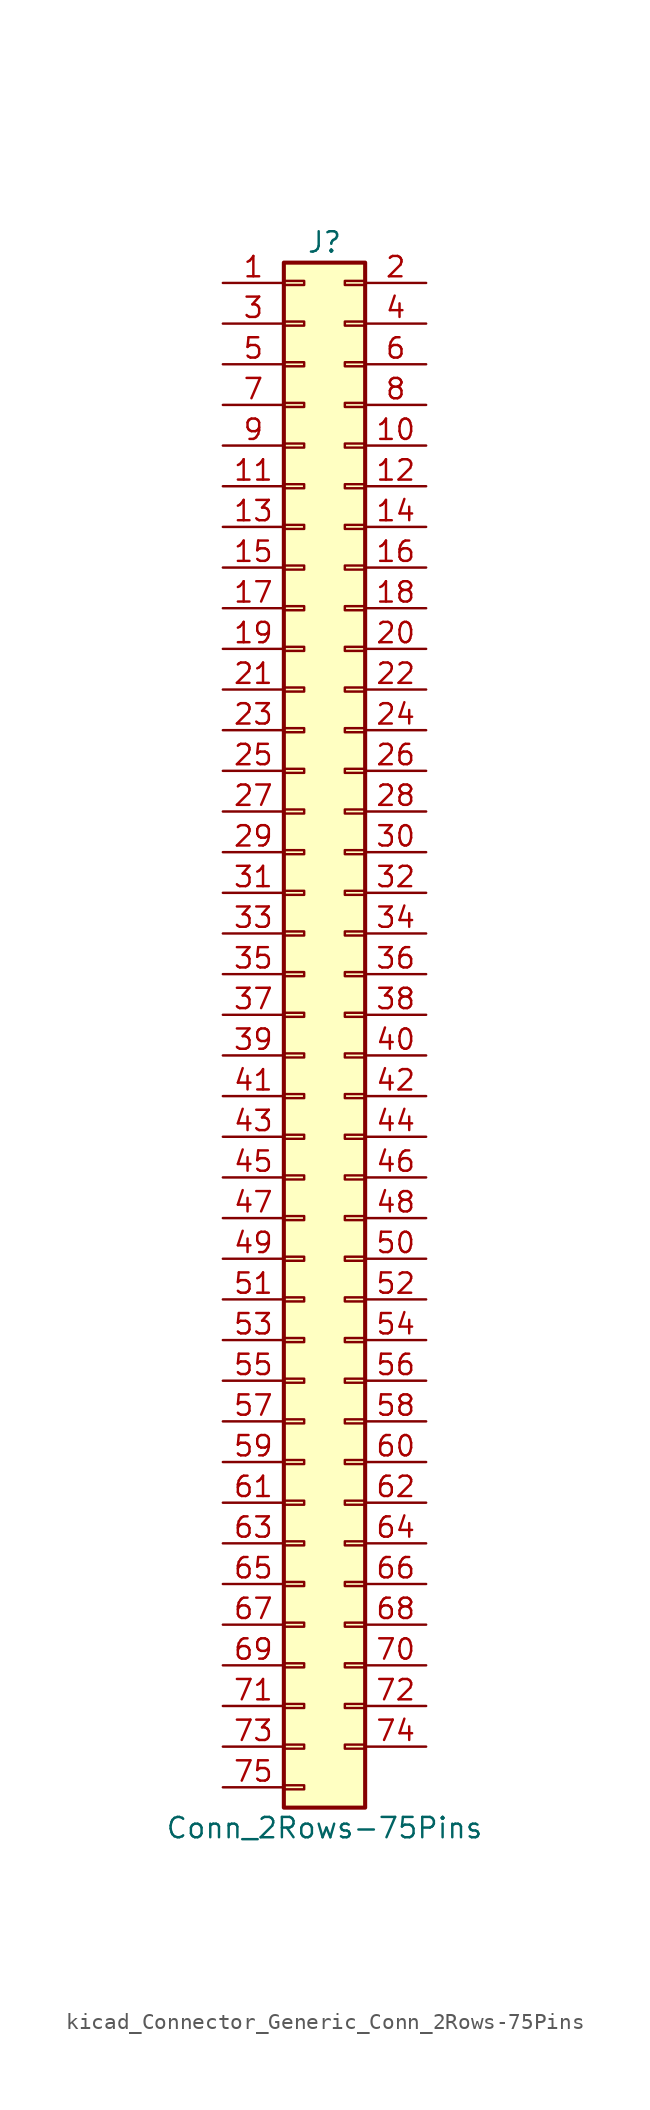
<source format=kicad_sym>
(kicad_symbol_lib
  (version 20220914)
  (generator kicad_symbol_editor)
  (symbol "kicad_Connector_Generic_Conn_2Rows-75Pins"
    (pin_names
      (offset 1.016) hide)
    (property "Reference" "J"
      (at 1.27 48.26 0)
      (effects (font (size 1.27 1.27))))
    (property "Value" "Conn_2Rows-75Pins"
      (at 1.27 -50.8 0)
      (effects (font (size 1.27 1.27))))
    (symbol "kicad_Connector_Generic_Conn_2Rows-75Pins_1_1"
      (rectangle (start -1.27 -48.133) (end 0 -48.387) (stroke (width 0.152) (type default)) (fill (type none)))
      (rectangle (start -1.27 -45.593) (end 0 -45.847) (stroke (width 0.152) (type default)) (fill (type none)))
      (rectangle (start -1.27 -43.053) (end 0 -43.307) (stroke (width 0.152) (type default)) (fill (type none)))
      (rectangle (start -1.27 -40.513) (end 0 -40.767) (stroke (width 0.152) (type default)) (fill (type none)))
      (rectangle (start -1.27 -37.973) (end 0 -38.227) (stroke (width 0.152) (type default)) (fill (type none)))
      (rectangle (start -1.27 -35.433) (end 0 -35.687) (stroke (width 0.152) (type default)) (fill (type none)))
      (rectangle (start -1.27 -32.893) (end 0 -33.147) (stroke (width 0.152) (type default)) (fill (type none)))
      (rectangle (start -1.27 -30.353) (end 0 -30.607) (stroke (width 0.152) (type default)) (fill (type none)))
      (rectangle (start -1.27 -27.813) (end 0 -28.067) (stroke (width 0.152) (type default)) (fill (type none)))
      (rectangle (start -1.27 -25.273) (end 0 -25.527) (stroke (width 0.152) (type default)) (fill (type none)))
      (rectangle (start -1.27 -22.733) (end 0 -22.987) (stroke (width 0.152) (type default)) (fill (type none)))
      (rectangle (start -1.27 -20.193) (end 0 -20.447) (stroke (width 0.152) (type default)) (fill (type none)))
      (rectangle (start -1.27 -17.653) (end 0 -17.907) (stroke (width 0.152) (type default)) (fill (type none)))
      (rectangle (start -1.27 -15.113) (end 0 -15.367) (stroke (width 0.152) (type default)) (fill (type none)))
      (rectangle (start -1.27 -12.573) (end 0 -12.827) (stroke (width 0.152) (type default)) (fill (type none)))
      (rectangle (start -1.27 -10.033) (end 0 -10.287) (stroke (width 0.152) (type default)) (fill (type none)))
      (rectangle (start -1.27 -7.493) (end 0 -7.747) (stroke (width 0.152) (type default)) (fill (type none)))
      (rectangle (start -1.27 -4.953) (end 0 -5.207) (stroke (width 0.152) (type default)) (fill (type none)))
      (rectangle (start -1.27 -2.413) (end 0 -2.667) (stroke (width 0.152) (type default)) (fill (type none)))
      (rectangle (start -1.27 0.127) (end 0 -0.127) (stroke (width 0.152) (type default)) (fill (type none)))
      (rectangle (start -1.27 2.667) (end 0 2.413) (stroke (width 0.152) (type default)) (fill (type none)))
      (rectangle (start -1.27 5.207) (end 0 4.953) (stroke (width 0.152) (type default)) (fill (type none)))
      (rectangle (start -1.27 7.747) (end 0 7.493) (stroke (width 0.152) (type default)) (fill (type none)))
      (rectangle (start -1.27 10.287) (end 0 10.033) (stroke (width 0.152) (type default)) (fill (type none)))
      (rectangle (start -1.27 12.827) (end 0 12.573) (stroke (width 0.152) (type default)) (fill (type none)))
      (rectangle (start -1.27 15.367) (end 0 15.113) (stroke (width 0.152) (type default)) (fill (type none)))
      (rectangle (start -1.27 17.907) (end 0 17.653) (stroke (width 0.152) (type default)) (fill (type none)))
      (rectangle (start -1.27 20.447) (end 0 20.193) (stroke (width 0.152) (type default)) (fill (type none)))
      (rectangle (start -1.27 22.987) (end 0 22.733) (stroke (width 0.152) (type default)) (fill (type none)))
      (rectangle (start -1.27 25.527) (end 0 25.273) (stroke (width 0.152) (type default)) (fill (type none)))
      (rectangle (start -1.27 28.067) (end 0 27.813) (stroke (width 0.152) (type default)) (fill (type none)))
      (rectangle (start -1.27 30.607) (end 0 30.353) (stroke (width 0.152) (type default)) (fill (type none)))
      (rectangle (start -1.27 33.147) (end 0 32.893) (stroke (width 0.152) (type default)) (fill (type none)))
      (rectangle (start -1.27 35.687) (end 0 35.433) (stroke (width 0.152) (type default)) (fill (type none)))
      (rectangle (start -1.27 38.227) (end 0 37.973) (stroke (width 0.152) (type default)) (fill (type none)))
      (rectangle (start -1.27 40.767) (end 0 40.513) (stroke (width 0.152) (type default)) (fill (type none)))
      (rectangle (start -1.27 43.307) (end 0 43.053) (stroke (width 0.152) (type default)) (fill (type none)))
      (rectangle (start -1.27 45.847) (end 0 45.593) (stroke (width 0.152) (type default)) (fill (type none)))
      (rectangle (start -1.27 46.99) (end 3.81 -49.53) (stroke (width 0.254) (type default)) (fill (type background)))
      (rectangle (start 3.81 -45.593) (end 2.54 -45.847) (stroke (width 0.152) (type default)) (fill (type none)))
      (rectangle (start 3.81 -43.053) (end 2.54 -43.307) (stroke (width 0.152) (type default)) (fill (type none)))
      (rectangle (start 3.81 -40.513) (end 2.54 -40.767) (stroke (width 0.152) (type default)) (fill (type none)))
      (rectangle (start 3.81 -37.973) (end 2.54 -38.227) (stroke (width 0.152) (type default)) (fill (type none)))
      (rectangle (start 3.81 -35.433) (end 2.54 -35.687) (stroke (width 0.152) (type default)) (fill (type none)))
      (rectangle (start 3.81 -32.893) (end 2.54 -33.147) (stroke (width 0.152) (type default)) (fill (type none)))
      (rectangle (start 3.81 -30.353) (end 2.54 -30.607) (stroke (width 0.152) (type default)) (fill (type none)))
      (rectangle (start 3.81 -27.813) (end 2.54 -28.067) (stroke (width 0.152) (type default)) (fill (type none)))
      (rectangle (start 3.81 -25.273) (end 2.54 -25.527) (stroke (width 0.152) (type default)) (fill (type none)))
      (rectangle (start 3.81 -22.733) (end 2.54 -22.987) (stroke (width 0.152) (type default)) (fill (type none)))
      (rectangle (start 3.81 -20.193) (end 2.54 -20.447) (stroke (width 0.152) (type default)) (fill (type none)))
      (rectangle (start 3.81 -17.653) (end 2.54 -17.907) (stroke (width 0.152) (type default)) (fill (type none)))
      (rectangle (start 3.81 -15.113) (end 2.54 -15.367) (stroke (width 0.152) (type default)) (fill (type none)))
      (rectangle (start 3.81 -12.573) (end 2.54 -12.827) (stroke (width 0.152) (type default)) (fill (type none)))
      (rectangle (start 3.81 -10.033) (end 2.54 -10.287) (stroke (width 0.152) (type default)) (fill (type none)))
      (rectangle (start 3.81 -7.493) (end 2.54 -7.747) (stroke (width 0.152) (type default)) (fill (type none)))
      (rectangle (start 3.81 -4.953) (end 2.54 -5.207) (stroke (width 0.152) (type default)) (fill (type none)))
      (rectangle (start 3.81 -2.413) (end 2.54 -2.667) (stroke (width 0.152) (type default)) (fill (type none)))
      (rectangle (start 3.81 0.127) (end 2.54 -0.127) (stroke (width 0.152) (type default)) (fill (type none)))
      (rectangle (start 3.81 2.667) (end 2.54 2.413) (stroke (width 0.152) (type default)) (fill (type none)))
      (rectangle (start 3.81 5.207) (end 2.54 4.953) (stroke (width 0.152) (type default)) (fill (type none)))
      (rectangle (start 3.81 7.747) (end 2.54 7.493) (stroke (width 0.152) (type default)) (fill (type none)))
      (rectangle (start 3.81 10.287) (end 2.54 10.033) (stroke (width 0.152) (type default)) (fill (type none)))
      (rectangle (start 3.81 12.827) (end 2.54 12.573) (stroke (width 0.152) (type default)) (fill (type none)))
      (rectangle (start 3.81 15.367) (end 2.54 15.113) (stroke (width 0.152) (type default)) (fill (type none)))
      (rectangle (start 3.81 17.907) (end 2.54 17.653) (stroke (width 0.152) (type default)) (fill (type none)))
      (rectangle (start 3.81 20.447) (end 2.54 20.193) (stroke (width 0.152) (type default)) (fill (type none)))
      (rectangle (start 3.81 22.987) (end 2.54 22.733) (stroke (width 0.152) (type default)) (fill (type none)))
      (rectangle (start 3.81 25.527) (end 2.54 25.273) (stroke (width 0.152) (type default)) (fill (type none)))
      (rectangle (start 3.81 28.067) (end 2.54 27.813) (stroke (width 0.152) (type default)) (fill (type none)))
      (rectangle (start 3.81 30.607) (end 2.54 30.353) (stroke (width 0.152) (type default)) (fill (type none)))
      (rectangle (start 3.81 33.147) (end 2.54 32.893) (stroke (width 0.152) (type default)) (fill (type none)))
      (rectangle (start 3.81 35.687) (end 2.54 35.433) (stroke (width 0.152) (type default)) (fill (type none)))
      (rectangle (start 3.81 38.227) (end 2.54 37.973) (stroke (width 0.152) (type default)) (fill (type none)))
      (rectangle (start 3.81 40.767) (end 2.54 40.513) (stroke (width 0.152) (type default)) (fill (type none)))
      (rectangle (start 3.81 43.307) (end 2.54 43.053) (stroke (width 0.152) (type default)) (fill (type none)))
      (rectangle (start 3.81 45.847) (end 2.54 45.593) (stroke (width 0.152) (type default)) (fill (type none)))
      (pin passive line (at -5.08 45.72 0) (length 3.81) (name "Pin_1" (effects (font (size 1.27 1.27)))) (number "1" (effects (font (size 1.27 1.27)))))
      (pin passive line (at 7.62 35.56 180) (length 3.81) (name "Pin_10" (effects (font (size 1.27 1.27)))) (number "10" (effects (font (size 1.27 1.27)))))
      (pin passive line (at -5.08 33.02 0) (length 3.81) (name "Pin_11" (effects (font (size 1.27 1.27)))) (number "11" (effects (font (size 1.27 1.27)))))
      (pin passive line (at 7.62 33.02 180) (length 3.81) (name "Pin_12" (effects (font (size 1.27 1.27)))) (number "12" (effects (font (size 1.27 1.27)))))
      (pin passive line (at -5.08 30.48 0) (length 3.81) (name "Pin_13" (effects (font (size 1.27 1.27)))) (number "13" (effects (font (size 1.27 1.27)))))
      (pin passive line (at 7.62 30.48 180) (length 3.81) (name "Pin_14" (effects (font (size 1.27 1.27)))) (number "14" (effects (font (size 1.27 1.27)))))
      (pin passive line (at -5.08 27.94 0) (length 3.81) (name "Pin_15" (effects (font (size 1.27 1.27)))) (number "15" (effects (font (size 1.27 1.27)))))
      (pin passive line (at 7.62 27.94 180) (length 3.81) (name "Pin_16" (effects (font (size 1.27 1.27)))) (number "16" (effects (font (size 1.27 1.27)))))
      (pin passive line (at -5.08 25.4 0) (length 3.81) (name "Pin_17" (effects (font (size 1.27 1.27)))) (number "17" (effects (font (size 1.27 1.27)))))
      (pin passive line (at 7.62 25.4 180) (length 3.81) (name "Pin_18" (effects (font (size 1.27 1.27)))) (number "18" (effects (font (size 1.27 1.27)))))
      (pin passive line (at -5.08 22.86 0) (length 3.81) (name "Pin_19" (effects (font (size 1.27 1.27)))) (number "19" (effects (font (size 1.27 1.27)))))
      (pin passive line (at 7.62 45.72 180) (length 3.81) (name "Pin_2" (effects (font (size 1.27 1.27)))) (number "2" (effects (font (size 1.27 1.27)))))
      (pin passive line (at 7.62 22.86 180) (length 3.81) (name "Pin_20" (effects (font (size 1.27 1.27)))) (number "20" (effects (font (size 1.27 1.27)))))
      (pin passive line (at -5.08 20.32 0) (length 3.81) (name "Pin_21" (effects (font (size 1.27 1.27)))) (number "21" (effects (font (size 1.27 1.27)))))
      (pin passive line (at 7.62 20.32 180) (length 3.81) (name "Pin_22" (effects (font (size 1.27 1.27)))) (number "22" (effects (font (size 1.27 1.27)))))
      (pin passive line (at -5.08 17.78 0) (length 3.81) (name "Pin_23" (effects (font (size 1.27 1.27)))) (number "23" (effects (font (size 1.27 1.27)))))
      (pin passive line (at 7.62 17.78 180) (length 3.81) (name "Pin_24" (effects (font (size 1.27 1.27)))) (number "24" (effects (font (size 1.27 1.27)))))
      (pin passive line (at -5.08 15.24 0) (length 3.81) (name "Pin_25" (effects (font (size 1.27 1.27)))) (number "25" (effects (font (size 1.27 1.27)))))
      (pin passive line (at 7.62 15.24 180) (length 3.81) (name "Pin_26" (effects (font (size 1.27 1.27)))) (number "26" (effects (font (size 1.27 1.27)))))
      (pin passive line (at -5.08 12.7 0) (length 3.81) (name "Pin_27" (effects (font (size 1.27 1.27)))) (number "27" (effects (font (size 1.27 1.27)))))
      (pin passive line (at 7.62 12.7 180) (length 3.81) (name "Pin_28" (effects (font (size 1.27 1.27)))) (number "28" (effects (font (size 1.27 1.27)))))
      (pin passive line (at -5.08 10.16 0) (length 3.81) (name "Pin_29" (effects (font (size 1.27 1.27)))) (number "29" (effects (font (size 1.27 1.27)))))
      (pin passive line (at -5.08 43.18 0) (length 3.81) (name "Pin_3" (effects (font (size 1.27 1.27)))) (number "3" (effects (font (size 1.27 1.27)))))
      (pin passive line (at 7.62 10.16 180) (length 3.81) (name "Pin_30" (effects (font (size 1.27 1.27)))) (number "30" (effects (font (size 1.27 1.27)))))
      (pin passive line (at -5.08 7.62 0) (length 3.81) (name "Pin_31" (effects (font (size 1.27 1.27)))) (number "31" (effects (font (size 1.27 1.27)))))
      (pin passive line (at 7.62 7.62 180) (length 3.81) (name "Pin_32" (effects (font (size 1.27 1.27)))) (number "32" (effects (font (size 1.27 1.27)))))
      (pin passive line (at -5.08 5.08 0) (length 3.81) (name "Pin_33" (effects (font (size 1.27 1.27)))) (number "33" (effects (font (size 1.27 1.27)))))
      (pin passive line (at 7.62 5.08 180) (length 3.81) (name "Pin_34" (effects (font (size 1.27 1.27)))) (number "34" (effects (font (size 1.27 1.27)))))
      (pin passive line (at -5.08 2.54 0) (length 3.81) (name "Pin_35" (effects (font (size 1.27 1.27)))) (number "35" (effects (font (size 1.27 1.27)))))
      (pin passive line (at 7.62 2.54 180) (length 3.81) (name "Pin_36" (effects (font (size 1.27 1.27)))) (number "36" (effects (font (size 1.27 1.27)))))
      (pin passive line (at -5.08 0 0) (length 3.81) (name "Pin_37" (effects (font (size 1.27 1.27)))) (number "37" (effects (font (size 1.27 1.27)))))
      (pin passive line (at 7.62 0 180) (length 3.81) (name "Pin_38" (effects (font (size 1.27 1.27)))) (number "38" (effects (font (size 1.27 1.27)))))
      (pin passive line (at -5.08 -2.54 0) (length 3.81) (name "Pin_39" (effects (font (size 1.27 1.27)))) (number "39" (effects (font (size 1.27 1.27)))))
      (pin passive line (at 7.62 43.18 180) (length 3.81) (name "Pin_4" (effects (font (size 1.27 1.27)))) (number "4" (effects (font (size 1.27 1.27)))))
      (pin passive line (at 7.62 -2.54 180) (length 3.81) (name "Pin_40" (effects (font (size 1.27 1.27)))) (number "40" (effects (font (size 1.27 1.27)))))
      (pin passive line (at -5.08 -5.08 0) (length 3.81) (name "Pin_41" (effects (font (size 1.27 1.27)))) (number "41" (effects (font (size 1.27 1.27)))))
      (pin passive line (at 7.62 -5.08 180) (length 3.81) (name "Pin_42" (effects (font (size 1.27 1.27)))) (number "42" (effects (font (size 1.27 1.27)))))
      (pin passive line (at -5.08 -7.62 0) (length 3.81) (name "Pin_43" (effects (font (size 1.27 1.27)))) (number "43" (effects (font (size 1.27 1.27)))))
      (pin passive line (at 7.62 -7.62 180) (length 3.81) (name "Pin_44" (effects (font (size 1.27 1.27)))) (number "44" (effects (font (size 1.27 1.27)))))
      (pin passive line (at -5.08 -10.16 0) (length 3.81) (name "Pin_45" (effects (font (size 1.27 1.27)))) (number "45" (effects (font (size 1.27 1.27)))))
      (pin passive line (at 7.62 -10.16 180) (length 3.81) (name "Pin_46" (effects (font (size 1.27 1.27)))) (number "46" (effects (font (size 1.27 1.27)))))
      (pin passive line (at -5.08 -12.7 0) (length 3.81) (name "Pin_47" (effects (font (size 1.27 1.27)))) (number "47" (effects (font (size 1.27 1.27)))))
      (pin passive line (at 7.62 -12.7 180) (length 3.81) (name "Pin_48" (effects (font (size 1.27 1.27)))) (number "48" (effects (font (size 1.27 1.27)))))
      (pin passive line (at -5.08 -15.24 0) (length 3.81) (name "Pin_49" (effects (font (size 1.27 1.27)))) (number "49" (effects (font (size 1.27 1.27)))))
      (pin passive line (at -5.08 40.64 0) (length 3.81) (name "Pin_5" (effects (font (size 1.27 1.27)))) (number "5" (effects (font (size 1.27 1.27)))))
      (pin passive line (at 7.62 -15.24 180) (length 3.81) (name "Pin_50" (effects (font (size 1.27 1.27)))) (number "50" (effects (font (size 1.27 1.27)))))
      (pin passive line (at -5.08 -17.78 0) (length 3.81) (name "Pin_51" (effects (font (size 1.27 1.27)))) (number "51" (effects (font (size 1.27 1.27)))))
      (pin passive line (at 7.62 -17.78 180) (length 3.81) (name "Pin_52" (effects (font (size 1.27 1.27)))) (number "52" (effects (font (size 1.27 1.27)))))
      (pin passive line (at -5.08 -20.32 0) (length 3.81) (name "Pin_53" (effects (font (size 1.27 1.27)))) (number "53" (effects (font (size 1.27 1.27)))))
      (pin passive line (at 7.62 -20.32 180) (length 3.81) (name "Pin_54" (effects (font (size 1.27 1.27)))) (number "54" (effects (font (size 1.27 1.27)))))
      (pin passive line (at -5.08 -22.86 0) (length 3.81) (name "Pin_55" (effects (font (size 1.27 1.27)))) (number "55" (effects (font (size 1.27 1.27)))))
      (pin passive line (at 7.62 -22.86 180) (length 3.81) (name "Pin_56" (effects (font (size 1.27 1.27)))) (number "56" (effects (font (size 1.27 1.27)))))
      (pin passive line (at -5.08 -25.4 0) (length 3.81) (name "Pin_57" (effects (font (size 1.27 1.27)))) (number "57" (effects (font (size 1.27 1.27)))))
      (pin passive line (at 7.62 -25.4 180) (length 3.81) (name "Pin_58" (effects (font (size 1.27 1.27)))) (number "58" (effects (font (size 1.27 1.27)))))
      (pin passive line (at -5.08 -27.94 0) (length 3.81) (name "Pin_59" (effects (font (size 1.27 1.27)))) (number "59" (effects (font (size 1.27 1.27)))))
      (pin passive line (at 7.62 40.64 180) (length 3.81) (name "Pin_6" (effects (font (size 1.27 1.27)))) (number "6" (effects (font (size 1.27 1.27)))))
      (pin passive line (at 7.62 -27.94 180) (length 3.81) (name "Pin_60" (effects (font (size 1.27 1.27)))) (number "60" (effects (font (size 1.27 1.27)))))
      (pin passive line (at -5.08 -30.48 0) (length 3.81) (name "Pin_61" (effects (font (size 1.27 1.27)))) (number "61" (effects (font (size 1.27 1.27)))))
      (pin passive line (at 7.62 -30.48 180) (length 3.81) (name "Pin_62" (effects (font (size 1.27 1.27)))) (number "62" (effects (font (size 1.27 1.27)))))
      (pin passive line (at -5.08 -33.02 0) (length 3.81) (name "Pin_63" (effects (font (size 1.27 1.27)))) (number "63" (effects (font (size 1.27 1.27)))))
      (pin passive line (at 7.62 -33.02 180) (length 3.81) (name "Pin_64" (effects (font (size 1.27 1.27)))) (number "64" (effects (font (size 1.27 1.27)))))
      (pin passive line (at -5.08 -35.56 0) (length 3.81) (name "Pin_65" (effects (font (size 1.27 1.27)))) (number "65" (effects (font (size 1.27 1.27)))))
      (pin passive line (at 7.62 -35.56 180) (length 3.81) (name "Pin_66" (effects (font (size 1.27 1.27)))) (number "66" (effects (font (size 1.27 1.27)))))
      (pin passive line (at -5.08 -38.1 0) (length 3.81) (name "Pin_67" (effects (font (size 1.27 1.27)))) (number "67" (effects (font (size 1.27 1.27)))))
      (pin passive line (at 7.62 -38.1 180) (length 3.81) (name "Pin_68" (effects (font (size 1.27 1.27)))) (number "68" (effects (font (size 1.27 1.27)))))
      (pin passive line (at -5.08 -40.64 0) (length 3.81) (name "Pin_69" (effects (font (size 1.27 1.27)))) (number "69" (effects (font (size 1.27 1.27)))))
      (pin passive line (at -5.08 38.1 0) (length 3.81) (name "Pin_7" (effects (font (size 1.27 1.27)))) (number "7" (effects (font (size 1.27 1.27)))))
      (pin passive line (at 7.62 -40.64 180) (length 3.81) (name "Pin_70" (effects (font (size 1.27 1.27)))) (number "70" (effects (font (size 1.27 1.27)))))
      (pin passive line (at -5.08 -43.18 0) (length 3.81) (name "Pin_71" (effects (font (size 1.27 1.27)))) (number "71" (effects (font (size 1.27 1.27)))))
      (pin passive line (at 7.62 -43.18 180) (length 3.81) (name "Pin_72" (effects (font (size 1.27 1.27)))) (number "72" (effects (font (size 1.27 1.27)))))
      (pin passive line (at -5.08 -45.72 0) (length 3.81) (name "Pin_73" (effects (font (size 1.27 1.27)))) (number "73" (effects (font (size 1.27 1.27)))))
      (pin passive line (at 7.62 -45.72 180) (length 3.81) (name "Pin_74" (effects (font (size 1.27 1.27)))) (number "74" (effects (font (size 1.27 1.27)))))
      (pin passive line (at -5.08 -48.26 0) (length 3.81) (name "Pin_75" (effects (font (size 1.27 1.27)))) (number "75" (effects (font (size 1.27 1.27)))))
      (pin passive line (at 7.62 38.1 180) (length 3.81) (name "Pin_8" (effects (font (size 1.27 1.27)))) (number "8" (effects (font (size 1.27 1.27)))))
      (pin passive line (at -5.08 35.56 0) (length 3.81) (name "Pin_9" (effects (font (size 1.27 1.27)))) (number "9" (effects (font (size 1.27 1.27))))))))
</source>
